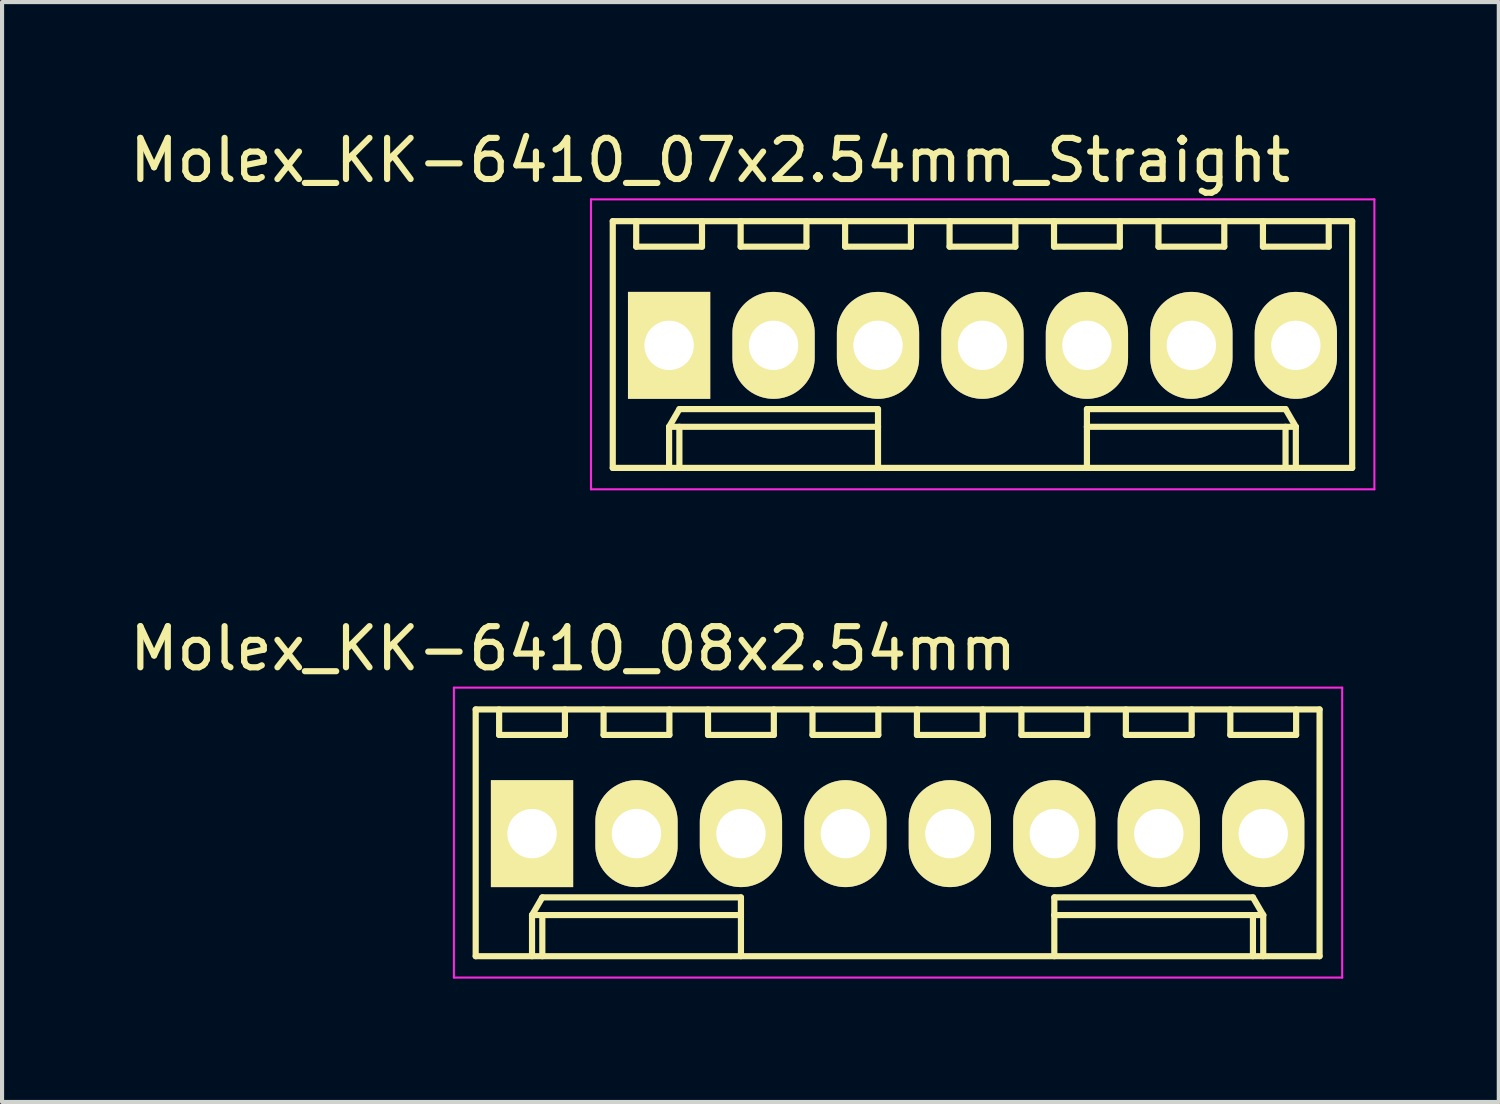
<source format=kicad_pcb>
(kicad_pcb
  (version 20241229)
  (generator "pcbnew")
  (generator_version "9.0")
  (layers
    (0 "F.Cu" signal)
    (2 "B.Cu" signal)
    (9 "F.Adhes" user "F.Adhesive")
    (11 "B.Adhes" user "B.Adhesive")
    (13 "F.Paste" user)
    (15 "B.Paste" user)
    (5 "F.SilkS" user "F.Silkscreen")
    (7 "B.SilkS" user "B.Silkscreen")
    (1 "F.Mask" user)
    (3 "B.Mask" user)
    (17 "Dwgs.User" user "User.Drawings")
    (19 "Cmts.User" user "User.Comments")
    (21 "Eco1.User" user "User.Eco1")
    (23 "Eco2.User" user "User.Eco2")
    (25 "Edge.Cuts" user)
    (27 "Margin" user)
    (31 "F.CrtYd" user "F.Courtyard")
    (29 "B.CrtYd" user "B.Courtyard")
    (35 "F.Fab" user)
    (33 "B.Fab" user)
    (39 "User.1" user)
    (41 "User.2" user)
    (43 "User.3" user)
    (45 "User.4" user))
  (footprint "Molex_KK-6410_07x2.54mm_Straight"
    (layer "F.Cu")
    (at 13.22 5.348)
    (property "Reference" "Molex_KK-6410_07x2.54mm_Straight" (at 1 -4.5 0) (layer "F.SilkS") (effects (font (size 1 1) (thickness 0.15))))
    (attr through_hole)
    (fp_line (start -1.37 -3.02) (end -1.37 2.98) (stroke (width 0.15) (type solid)) (layer "F.SilkS"))
    (fp_line (start -1.37 2.98) (end 16.61 2.98) (stroke (width 0.15) (type solid)) (layer "F.SilkS"))
    (fp_line (start -0.8 -3.02) (end -0.8 -2.4) (stroke (width 0.15) (type solid)) (layer "F.SilkS"))
    (fp_line (start -0.8 -2.4) (end 0.8 -2.4) (stroke (width 0.15) (type solid)) (layer "F.SilkS"))
    (fp_line (start 0 1.98) (end 0.25 1.55) (stroke (width 0.15) (type solid)) (layer "F.SilkS"))
    (fp_line (start 0 1.98) (end 5.08 1.98) (stroke (width 0.15) (type solid)) (layer "F.SilkS"))
    (fp_line (start 0 2.98) (end 0 1.98) (stroke (width 0.15) (type solid)) (layer "F.SilkS"))
    (fp_line (start 0.25 1.55) (end 5.08 1.55) (stroke (width 0.15) (type solid)) (layer "F.SilkS"))
    (fp_line (start 0.25 2.98) (end 0.25 1.98) (stroke (width 0.15) (type solid)) (layer "F.SilkS"))
    (fp_line (start 0.8 -2.4) (end 0.8 -3.02) (stroke (width 0.15) (type solid)) (layer "F.SilkS"))
    (fp_line (start 1.74 -3.02) (end 1.74 -2.4) (stroke (width 0.15) (type solid)) (layer "F.SilkS"))
    (fp_line (start 1.74 -2.4) (end 3.34 -2.4) (stroke (width 0.15) (type solid)) (layer "F.SilkS"))
    (fp_line (start 3.34 -2.4) (end 3.34 -3.02) (stroke (width 0.15) (type solid)) (layer "F.SilkS"))
    (fp_line (start 4.28 -3.02) (end 4.28 -2.4) (stroke (width 0.15) (type solid)) (layer "F.SilkS"))
    (fp_line (start 4.28 -2.4) (end 5.88 -2.4) (stroke (width 0.15) (type solid)) (layer "F.SilkS"))
    (fp_line (start 5.08 1.55) (end 5.08 1.98) (stroke (width 0.15) (type solid)) (layer "F.SilkS"))
    (fp_line (start 5.08 1.98) (end 5.08 2.98) (stroke (width 0.15) (type solid)) (layer "F.SilkS"))
    (fp_line (start 5.88 -2.4) (end 5.88 -3.02) (stroke (width 0.15) (type solid)) (layer "F.SilkS"))
    (fp_line (start 6.82 -3.02) (end 6.82 -2.4) (stroke (width 0.15) (type solid)) (layer "F.SilkS"))
    (fp_line (start 6.82 -2.4) (end 8.42 -2.4) (stroke (width 0.15) (type solid)) (layer "F.SilkS"))
    (fp_line (start 8.42 -2.4) (end 8.42 -3.02) (stroke (width 0.15) (type solid)) (layer "F.SilkS"))
    (fp_line (start 9.36 -3.02) (end 9.36 -2.4) (stroke (width 0.15) (type solid)) (layer "F.SilkS"))
    (fp_line (start 9.36 -2.4) (end 10.96 -2.4) (stroke (width 0.15) (type solid)) (layer "F.SilkS"))
    (fp_line (start 10.16 1.55) (end 10.16 1.98) (stroke (width 0.15) (type solid)) (layer "F.SilkS"))
    (fp_line (start 10.16 1.98) (end 10.16 2.98) (stroke (width 0.15) (type solid)) (layer "F.SilkS"))
    (fp_line (start 10.96 -2.4) (end 10.96 -3.02) (stroke (width 0.15) (type solid)) (layer "F.SilkS"))
    (fp_line (start 11.9 -3.02) (end 11.9 -2.4) (stroke (width 0.15) (type solid)) (layer "F.SilkS"))
    (fp_line (start 11.9 -2.4) (end 13.5 -2.4) (stroke (width 0.15) (type solid)) (layer "F.SilkS"))
    (fp_line (start 13.5 -2.4) (end 13.5 -3.02) (stroke (width 0.15) (type solid)) (layer "F.SilkS"))
    (fp_line (start 14.44 -3.02) (end 14.44 -2.4) (stroke (width 0.15) (type solid)) (layer "F.SilkS"))
    (fp_line (start 14.44 -2.4) (end 16.04 -2.4) (stroke (width 0.15) (type solid)) (layer "F.SilkS"))
    (fp_line (start 14.99 1.55) (end 10.16 1.55) (stroke (width 0.15) (type solid)) (layer "F.SilkS"))
    (fp_line (start 14.99 2.98) (end 14.99 1.98) (stroke (width 0.15) (type solid)) (layer "F.SilkS"))
    (fp_line (start 15.24 1.98) (end 10.16 1.98) (stroke (width 0.15) (type solid)) (layer "F.SilkS"))
    (fp_line (start 15.24 1.98) (end 14.99 1.55) (stroke (width 0.15) (type solid)) (layer "F.SilkS"))
    (fp_line (start 15.24 2.98) (end 15.24 1.98) (stroke (width 0.15) (type solid)) (layer "F.SilkS"))
    (fp_line (start 16.04 -2.4) (end 16.04 -3.02) (stroke (width 0.15) (type solid)) (layer "F.SilkS"))
    (fp_line (start 16.61 -3.02) (end -1.37 -3.02) (stroke (width 0.15) (type solid)) (layer "F.SilkS"))
    (fp_line (start 16.61 2.98) (end 16.61 -3.02) (stroke (width 0.15) (type solid)) (layer "F.SilkS"))
    (fp_line (start -1.9 -3.55) (end 17.15 -3.55) (stroke (width 0.05) (type solid)) (layer "F.CrtYd"))
    (fp_line (start -1.9 3.5) (end -1.9 -3.55) (stroke (width 0.05) (type solid)) (layer "F.CrtYd"))
    (fp_line (start 17.15 -3.55) (end 17.15 3.5) (stroke (width 0.05) (type solid)) (layer "F.CrtYd"))
    (fp_line (start 17.15 3.5) (end -1.9 3.5) (stroke (width 0.05) (type solid)) (layer "F.CrtYd"))
    (pad "1" thru_hole rect (at 0 0) (size 2 2.6) (drill 1.2) (layers "*.Cu" "*.Mask" "F.SilkS"))
    (pad "2" thru_hole oval (at 2.54 0) (size 2 2.6) (drill 1.2) (layers "*.Cu" "*.Mask" "F.SilkS"))
    (pad "3" thru_hole oval (at 5.08 0) (size 2 2.6) (drill 1.2) (layers "*.Cu" "*.Mask" "F.SilkS"))
    (pad "4" thru_hole oval (at 7.62 0) (size 2 2.6) (drill 1.2) (layers "*.Cu" "*.Mask" "F.SilkS"))
    (pad "5" thru_hole oval (at 10.16 0) (size 2 2.6) (drill 1.2) (layers "*.Cu" "*.Mask" "F.SilkS"))
    (pad "6" thru_hole oval (at 12.7 0) (size 2 2.6) (drill 1.2) (layers "*.Cu" "*.Mask" "F.SilkS"))
    (pad "7" thru_hole oval (at 15.24 0) (size 2 2.6) (drill 1.2) (layers "*.Cu" "*.Mask" "F.SilkS")))
  (footprint "Molex_KK-6410_08x2.54mm"
    (layer "F.Cu")
    (at 9.887 17.221)
    (property "Reference" "Molex_KK-6410_08x2.54mm" (at 1 -4.5 0) (layer "F.SilkS") (effects (font (size 1 1) (thickness 0.15))))
    (attr through_hole)
    (fp_line (start -1.37 -3.02) (end -1.37 2.98) (stroke (width 0.15) (type solid)) (layer "F.SilkS"))
    (fp_line (start -1.37 2.98) (end 19.15 2.98) (stroke (width 0.15) (type solid)) (layer "F.SilkS"))
    (fp_line (start -0.8 -3.02) (end -0.8 -2.4) (stroke (width 0.15) (type solid)) (layer "F.SilkS"))
    (fp_line (start -0.8 -2.4) (end 0.8 -2.4) (stroke (width 0.15) (type solid)) (layer "F.SilkS"))
    (fp_line (start 0 1.98) (end 0.25 1.55) (stroke (width 0.15) (type solid)) (layer "F.SilkS"))
    (fp_line (start 0 1.98) (end 5.08 1.98) (stroke (width 0.15) (type solid)) (layer "F.SilkS"))
    (fp_line (start 0 2.98) (end 0 1.98) (stroke (width 0.15) (type solid)) (layer "F.SilkS"))
    (fp_line (start 0.25 1.55) (end 5.08 1.55) (stroke (width 0.15) (type solid)) (layer "F.SilkS"))
    (fp_line (start 0.25 2.98) (end 0.25 1.98) (stroke (width 0.15) (type solid)) (layer "F.SilkS"))
    (fp_line (start 0.8 -2.4) (end 0.8 -3.02) (stroke (width 0.15) (type solid)) (layer "F.SilkS"))
    (fp_line (start 1.74 -3.02) (end 1.74 -2.4) (stroke (width 0.15) (type solid)) (layer "F.SilkS"))
    (fp_line (start 1.74 -2.4) (end 3.34 -2.4) (stroke (width 0.15) (type solid)) (layer "F.SilkS"))
    (fp_line (start 3.34 -2.4) (end 3.34 -3.02) (stroke (width 0.15) (type solid)) (layer "F.SilkS"))
    (fp_line (start 4.28 -3.02) (end 4.28 -2.4) (stroke (width 0.15) (type solid)) (layer "F.SilkS"))
    (fp_line (start 4.28 -2.4) (end 5.88 -2.4) (stroke (width 0.15) (type solid)) (layer "F.SilkS"))
    (fp_line (start 5.08 1.55) (end 5.08 1.98) (stroke (width 0.15) (type solid)) (layer "F.SilkS"))
    (fp_line (start 5.08 1.98) (end 5.08 2.98) (stroke (width 0.15) (type solid)) (layer "F.SilkS"))
    (fp_line (start 5.88 -2.4) (end 5.88 -3.02) (stroke (width 0.15) (type solid)) (layer "F.SilkS"))
    (fp_line (start 6.82 -3.02) (end 6.82 -2.4) (stroke (width 0.15) (type solid)) (layer "F.SilkS"))
    (fp_line (start 6.82 -2.4) (end 8.42 -2.4) (stroke (width 0.15) (type solid)) (layer "F.SilkS"))
    (fp_line (start 8.42 -2.4) (end 8.42 -3.02) (stroke (width 0.15) (type solid)) (layer "F.SilkS"))
    (fp_line (start 9.36 -3.02) (end 9.36 -2.4) (stroke (width 0.15) (type solid)) (layer "F.SilkS"))
    (fp_line (start 9.36 -2.4) (end 10.96 -2.4) (stroke (width 0.15) (type solid)) (layer "F.SilkS"))
    (fp_line (start 10.96 -2.4) (end 10.96 -3.02) (stroke (width 0.15) (type solid)) (layer "F.SilkS"))
    (fp_line (start 11.9 -3.02) (end 11.9 -2.4) (stroke (width 0.15) (type solid)) (layer "F.SilkS"))
    (fp_line (start 11.9 -2.4) (end 13.5 -2.4) (stroke (width 0.15) (type solid)) (layer "F.SilkS"))
    (fp_line (start 12.7 1.55) (end 12.7 1.98) (stroke (width 0.15) (type solid)) (layer "F.SilkS"))
    (fp_line (start 12.7 1.98) (end 12.7 2.98) (stroke (width 0.15) (type solid)) (layer "F.SilkS"))
    (fp_line (start 13.5 -2.4) (end 13.5 -3.02) (stroke (width 0.15) (type solid)) (layer "F.SilkS"))
    (fp_line (start 14.44 -3.02) (end 14.44 -2.4) (stroke (width 0.15) (type solid)) (layer "F.SilkS"))
    (fp_line (start 14.44 -2.4) (end 16.04 -2.4) (stroke (width 0.15) (type solid)) (layer "F.SilkS"))
    (fp_line (start 16.04 -2.4) (end 16.04 -3.02) (stroke (width 0.15) (type solid)) (layer "F.SilkS"))
    (fp_line (start 16.98 -3.02) (end 16.98 -2.4) (stroke (width 0.15) (type solid)) (layer "F.SilkS"))
    (fp_line (start 16.98 -2.4) (end 18.58 -2.4) (stroke (width 0.15) (type solid)) (layer "F.SilkS"))
    (fp_line (start 17.53 1.55) (end 12.7 1.55) (stroke (width 0.15) (type solid)) (layer "F.SilkS"))
    (fp_line (start 17.53 2.98) (end 17.53 1.98) (stroke (width 0.15) (type solid)) (layer "F.SilkS"))
    (fp_line (start 17.78 1.98) (end 12.7 1.98) (stroke (width 0.15) (type solid)) (layer "F.SilkS"))
    (fp_line (start 17.78 1.98) (end 17.53 1.55) (stroke (width 0.15) (type solid)) (layer "F.SilkS"))
    (fp_line (start 17.78 2.98) (end 17.78 1.98) (stroke (width 0.15) (type solid)) (layer "F.SilkS"))
    (fp_line (start 18.58 -2.4) (end 18.58 -3.02) (stroke (width 0.15) (type solid)) (layer "F.SilkS"))
    (fp_line (start 19.15 -3.02) (end -1.37 -3.02) (stroke (width 0.15) (type solid)) (layer "F.SilkS"))
    (fp_line (start 19.15 2.98) (end 19.15 -3.02) (stroke (width 0.15) (type solid)) (layer "F.SilkS"))
    (fp_line (start -1.9 -3.55) (end 19.7 -3.55) (stroke (width 0.05) (type solid)) (layer "F.CrtYd"))
    (fp_line (start -1.9 3.5) (end -1.9 -3.55) (stroke (width 0.05) (type solid)) (layer "F.CrtYd"))
    (fp_line (start 19.7 -3.55) (end 19.7 3.5) (stroke (width 0.05) (type solid)) (layer "F.CrtYd"))
    (fp_line (start 19.7 3.5) (end -1.9 3.5) (stroke (width 0.05) (type solid)) (layer "F.CrtYd"))
    (pad "1" thru_hole rect (at 0 0) (size 2 2.6) (drill 1.2) (layers "*.Cu" "*.Mask" "F.SilkS"))
    (pad "2" thru_hole oval (at 2.54 0) (size 2 2.6) (drill 1.2) (layers "*.Cu" "*.Mask" "F.SilkS"))
    (pad "3" thru_hole oval (at 5.08 0) (size 2 2.6) (drill 1.2) (layers "*.Cu" "*.Mask" "F.SilkS"))
    (pad "4" thru_hole oval (at 7.62 0) (size 2 2.6) (drill 1.2) (layers "*.Cu" "*.Mask" "F.SilkS"))
    (pad "5" thru_hole oval (at 10.16 0) (size 2 2.6) (drill 1.2) (layers "*.Cu" "*.Mask" "F.SilkS"))
    (pad "6" thru_hole oval (at 12.7 0) (size 2 2.6) (drill 1.2) (layers "*.Cu" "*.Mask" "F.SilkS"))
    (pad "7" thru_hole oval (at 15.24 0) (size 2 2.6) (drill 1.2) (layers "*.Cu" "*.Mask" "F.SilkS"))
    (pad "8" thru_hole oval (at 17.78 0) (size 2 2.6) (drill 1.2) (layers "*.Cu" "*.Mask" "F.SilkS")))
  (gr_rect
    (start -3 -3)
    (end 33.395 23.747)
    (stroke (width 0.1) (type default))
    (fill no)
    (layer "Edge.Cuts")))
</source>
